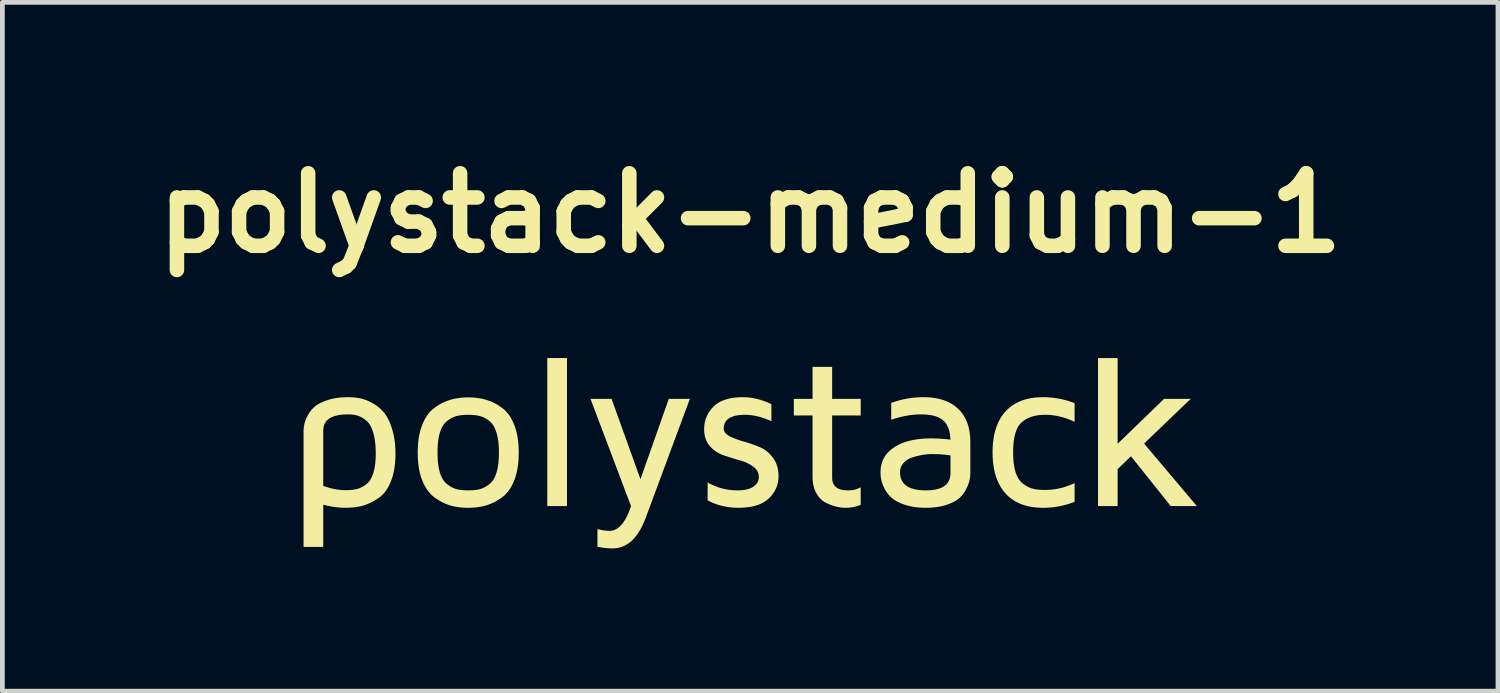
<source format=kicad_pcb>
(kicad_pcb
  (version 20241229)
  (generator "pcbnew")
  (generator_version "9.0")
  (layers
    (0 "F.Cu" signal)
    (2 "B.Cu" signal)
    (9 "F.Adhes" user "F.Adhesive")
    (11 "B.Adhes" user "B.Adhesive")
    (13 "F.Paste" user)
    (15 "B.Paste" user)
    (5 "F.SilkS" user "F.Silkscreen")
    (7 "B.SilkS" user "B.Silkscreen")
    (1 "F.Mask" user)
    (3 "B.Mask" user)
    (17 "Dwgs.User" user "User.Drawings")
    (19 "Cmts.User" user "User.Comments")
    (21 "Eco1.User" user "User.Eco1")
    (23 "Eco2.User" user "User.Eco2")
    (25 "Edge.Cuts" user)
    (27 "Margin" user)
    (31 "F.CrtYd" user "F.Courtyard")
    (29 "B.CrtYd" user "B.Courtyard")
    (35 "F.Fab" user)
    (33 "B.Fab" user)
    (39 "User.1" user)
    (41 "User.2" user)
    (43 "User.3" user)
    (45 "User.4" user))
  (footprint "polystack-medium-1"
    (layer "F.Cu")
    (at 12.715 6.474)
    (property "Reference" "polystack-medium-1" (at 0 -5.048 0) (layer "F.SilkS") (effects (font (size 1.524 1.524) (thickness 0.305))))
    (attr smd)
    (fp_poly (pts (xy -4.264 1.111) (xy -4.264 -2) (xy -3.85 -2) (xy -3.85 1.111) (xy -4.264 1.111)) (stroke (width 0) (type solid)) (fill yes) (layer "F.SilkS"))
    (fp_poly (pts (xy 7.309 1.111) (xy 7.309 -2) (xy 7.721 -2) (xy 7.721 -0.198) (xy 8.696 -1.142) (xy 9.256 -1.142) (xy 8.277 -0.203) (xy 9.386 1.111) (xy 8.837 1.111) (xy 8.001 0.064) (xy 7.721 0.335) (xy 7.721 1.111) (xy 7.309 1.111)) (stroke (width 0) (type solid)) (fill yes) (layer "F.SilkS"))
    (fp_poly (pts (xy 0.917 -0.794) (xy 0.917 -1.142) (xy 1.31 -1.142) (xy 1.31 -1.815) (xy 1.722 -1.815) (xy 1.722 -1.142) (xy 2.322 -1.142) (xy 2.322 -0.794) (xy 1.722 -0.794) (xy 1.722 0.516) (xy 1.723 0.539) (xy 1.725 0.562) (xy 1.728 0.583) (xy 1.733 0.603) (xy 1.739 0.623) (xy 1.747 0.641) (xy 1.756 0.658) (xy 1.766 0.673) (xy 1.778 0.688) (xy 1.791 0.702) (xy 1.805 0.714) (xy 1.821 0.726) (xy 1.838 0.736) (xy 1.857 0.746) (xy 1.877 0.754) (xy 1.898 0.761) (xy 1.921 0.767) (xy 1.945 0.772) (xy 1.97 0.776) (xy 1.997 0.778) (xy 2.025 0.78) (xy 2.055 0.781) (xy 2.059 0.781) (xy 2.09 0.78) (xy 2.119 0.778) (xy 2.148 0.775) (xy 2.175 0.77) (xy 2.202 0.764) (xy 2.228 0.757) (xy 2.253 0.748) (xy 2.277 0.738) (xy 2.3 0.727) (xy 2.322 0.714) (xy 2.322 1.085) (xy 2.296 1.095) (xy 2.27 1.104) (xy 2.245 1.112) (xy 2.219 1.119) (xy 2.193 1.126) (xy 2.167 1.131) (xy 2.142 1.136) (xy 2.116 1.14) (xy 2.09 1.143) (xy 2.064 1.145) (xy 2.039 1.146) (xy 2.013 1.147) (xy 2.002 1.147) (xy 1.978 1.146) (xy 1.954 1.145) (xy 1.93 1.143) (xy 1.905 1.14) (xy 1.88 1.136) (xy 1.854 1.132) (xy 1.828 1.127) (xy 1.807 1.122) (xy 1.785 1.116) (xy 1.762 1.109) (xy 1.738 1.102) (xy 1.713 1.093) (xy 1.688 1.084) (xy 1.661 1.073) (xy 1.634 1.062) (xy 1.605 1.049) (xy 1.582 1.038) (xy 1.56 1.025) (xy 1.539 1.011) (xy 1.518 0.995) (xy 1.498 0.978) (xy 1.479 0.96) (xy 1.46 0.94) (xy 1.442 0.919) (xy 1.425 0.896) (xy 1.409 0.872) (xy 1.393 0.847) (xy 1.382 0.825) (xy 1.371 0.804) (xy 1.361 0.781) (xy 1.352 0.758) (xy 1.344 0.734) (xy 1.337 0.709) (xy 1.331 0.684) (xy 1.325 0.658) (xy 1.32 0.631) (xy 1.317 0.604) (xy 1.314 0.576) (xy 1.311 0.547) (xy 1.31 0.517) (xy 1.31 0.487) (xy 1.31 -0.794) (xy 0.917 -0.794) (xy 0.917 -0.794)) (stroke (width 0) (type solid)) (fill yes) (layer "F.SilkS"))
    (fp_poly (pts (xy -3.356 -1.142) (xy -2.913 -1.142) (xy -2.306 0.547) (xy -1.711 -1.142) (xy -1.268 -1.142) (xy -2.194 1.352) (xy -2.206 1.383) (xy -2.218 1.413) (xy -2.23 1.443) (xy -2.243 1.472) (xy -2.256 1.5) (xy -2.269 1.527) (xy -2.282 1.554) (xy -2.296 1.58) (xy -2.31 1.605) (xy -2.324 1.629) (xy -2.339 1.653) (xy -2.353 1.675) (xy -2.368 1.697) (xy -2.383 1.719) (xy -2.399 1.739) (xy -2.415 1.759) (xy -2.431 1.778) (xy -2.447 1.796) (xy -2.463 1.813) (xy -2.48 1.83) (xy -2.497 1.846) (xy -2.515 1.861) (xy -2.532 1.875) (xy -2.55 1.888) (xy -2.568 1.901) (xy -2.586 1.913) (xy -2.605 1.924) (xy -2.624 1.935) (xy -2.643 1.944) (xy -2.662 1.953) (xy -2.682 1.961) (xy -2.702 1.969) (xy -2.722 1.975) (xy -2.743 1.981) (xy -2.763 1.986) (xy -2.784 1.99) (xy -2.805 1.994) (xy -2.827 1.996) (xy -2.849 1.998) (xy -2.871 1.999) (xy -2.893 2) (xy -2.895 2) (xy -2.92 2) (xy -2.945 1.999) (xy -2.971 1.998) (xy -2.997 1.996) (xy -3.023 1.994) (xy -3.049 1.991) (xy -3.075 1.988) (xy -3.102 1.984) (xy -3.129 1.98) (xy -3.156 1.975) (xy -3.183 1.97) (xy -3.21 1.965) (xy -3.21 1.594) (xy -3.184 1.601) (xy -3.157 1.607) (xy -3.131 1.612) (xy -3.105 1.617) (xy -3.08 1.621) (xy -3.054 1.625) (xy -3.03 1.627) (xy -3.005 1.629) (xy -2.981 1.631) (xy -2.957 1.632) (xy -2.938 1.631) (xy -2.92 1.629) (xy -2.902 1.626) (xy -2.884 1.622) (xy -2.866 1.617) (xy -2.849 1.611) (xy -2.832 1.603) (xy -2.815 1.595) (xy -2.798 1.585) (xy -2.782 1.574) (xy -2.766 1.562) (xy -2.75 1.548) (xy -2.734 1.534) (xy -2.719 1.518) (xy -2.704 1.502) (xy -2.689 1.484) (xy -2.674 1.465) (xy -2.66 1.444) (xy -2.645 1.423) (xy -2.631 1.4) (xy -2.618 1.377) (xy -2.604 1.352) (xy -2.591 1.326) (xy -2.578 1.299) (xy -2.565 1.27) (xy -2.552 1.241) (xy -2.54 1.21) (xy -2.528 1.178) (xy -2.516 1.145) (xy -2.505 1.111) (xy -3.356 -1.142) (xy -3.356 -1.142)) (stroke (width 0) (type solid)) (fill yes) (layer "F.SilkS"))
    (fp_poly (pts (xy 5.367 0.847) (xy 5.351 0.829) (xy 5.336 0.812) (xy 5.322 0.793) (xy 5.308 0.775) (xy 5.294 0.756) (xy 5.281 0.736) (xy 5.268 0.716) (xy 5.256 0.696) (xy 5.244 0.675) (xy 5.233 0.654) (xy 5.222 0.632) (xy 5.211 0.61) (xy 5.201 0.587) (xy 5.192 0.564) (xy 5.183 0.541) (xy 5.174 0.517) (xy 5.166 0.493) (xy 5.158 0.468) (xy 5.15 0.443) (xy 5.143 0.418) (xy 5.137 0.392) (xy 5.131 0.365) (xy 5.125 0.338) (xy 5.12 0.311) (xy 5.116 0.283) (xy 5.111 0.255) (xy 5.108 0.227) (xy 5.104 0.198) (xy 5.101 0.168) (xy 5.099 0.138) (xy 5.097 0.108) (xy 5.095 0.077) (xy 5.094 0.046) (xy 5.093 0.014) (xy 5.093 -0.018) (xy 5.093 -0.05) (xy 5.094 -0.081) (xy 5.095 -0.112) (xy 5.097 -0.143) (xy 5.099 -0.173) (xy 5.101 -0.203) (xy 5.104 -0.233) (xy 5.108 -0.262) (xy 5.111 -0.29) (xy 5.116 -0.318) (xy 5.12 -0.346) (xy 5.125 -0.373) (xy 5.131 -0.4) (xy 5.137 -0.427) (xy 5.143 -0.452) (xy 5.15 -0.478) (xy 5.158 -0.503) (xy 5.166 -0.528) (xy 5.174 -0.552) (xy 5.183 -0.576) (xy 5.192 -0.599) (xy 5.201 -0.622) (xy 5.211 -0.644) (xy 5.222 -0.666) (xy 5.233 -0.688) (xy 5.244 -0.709) (xy 5.256 -0.73) (xy 5.268 -0.75) (xy 5.281 -0.77) (xy 5.294 -0.789) (xy 5.308 -0.808) (xy 5.322 -0.827) (xy 5.336 -0.845) (xy 5.351 -0.863) (xy 5.367 -0.88) (xy 5.383 -0.898) (xy 5.401 -0.915) (xy 5.418 -0.931) (xy 5.436 -0.948) (xy 5.455 -0.963) (xy 5.474 -0.978) (xy 5.493 -0.993) (xy 5.513 -1.007) (xy 5.534 -1.02) (xy 5.554 -1.033) (xy 5.576 -1.045) (xy 5.597 -1.057) (xy 5.619 -1.068) (xy 5.642 -1.079) (xy 5.665 -1.089) (xy 5.688 -1.098) (xy 5.712 -1.107) (xy 5.736 -1.116) (xy 5.761 -1.124) (xy 5.786 -1.131) (xy 5.812 -1.138) (xy 5.838 -1.144) (xy 5.864 -1.15) (xy 5.891 -1.155) (xy 5.919 -1.16) (xy 5.947 -1.164) (xy 5.975 -1.168) (xy 6.004 -1.171) (xy 6.033 -1.173) (xy 6.062 -1.175) (xy 6.092 -1.176) (xy 6.123 -1.177) (xy 6.154 -1.177) (xy 6.181 -1.177) (xy 6.209 -1.177) (xy 6.236 -1.176) (xy 6.263 -1.174) (xy 6.29 -1.172) (xy 6.317 -1.17) (xy 6.344 -1.168) (xy 6.371 -1.165) (xy 6.398 -1.161) (xy 6.425 -1.157) (xy 6.452 -1.153) (xy 6.478 -1.148) (xy 6.505 -1.143) (xy 6.531 -1.138) (xy 6.558 -1.132) (xy 6.584 -1.126) (xy 6.61 -1.119) (xy 6.636 -1.112) (xy 6.663 -1.105) (xy 6.689 -1.097) (xy 6.715 -1.089) (xy 6.74 -1.08) (xy 6.766 -1.071) (xy 6.792 -1.062) (xy 6.817 -1.052) (xy 6.817 -0.659) (xy 6.792 -0.671) (xy 6.766 -0.683) (xy 6.741 -0.694) (xy 6.715 -0.704) (xy 6.689 -0.714) (xy 6.664 -0.724) (xy 6.638 -0.733) (xy 6.612 -0.741) (xy 6.587 -0.749) (xy 6.561 -0.757) (xy 6.535 -0.764) (xy 6.509 -0.77) (xy 6.483 -0.776) (xy 6.458 -0.781) (xy 6.432 -0.786) (xy 6.406 -0.791) (xy 6.38 -0.794) (xy 6.354 -0.798) (xy 6.328 -0.801) (xy 6.302 -0.803) (xy 6.276 -0.805) (xy 6.25 -0.806) (xy 6.224 -0.807) (xy 6.198 -0.807) (xy 6.189 -0.807) (xy 6.158 -0.807) (xy 6.128 -0.805) (xy 6.099 -0.803) (xy 6.07 -0.801) (xy 6.042 -0.797) (xy 6.015 -0.792) (xy 5.988 -0.787) (xy 5.962 -0.781) (xy 5.936 -0.774) (xy 5.912 -0.767) (xy 5.888 -0.758) (xy 5.864 -0.749) (xy 5.842 -0.739) (xy 5.82 -0.728) (xy 5.798 -0.716) (xy 5.778 -0.704) (xy 5.758 -0.691) (xy 5.738 -0.677) (xy 5.72 -0.662) (xy 5.702 -0.646) (xy 5.688 -0.633) (xy 5.676 -0.62) (xy 5.663 -0.605) (xy 5.652 -0.59) (xy 5.64 -0.573) (xy 5.63 -0.556) (xy 5.62 -0.538) (xy 5.61 -0.519) (xy 5.601 -0.499) (xy 5.592 -0.478) (xy 5.584 -0.456) (xy 5.577 -0.433) (xy 5.569 -0.41) (xy 5.563 -0.385) (xy 5.557 -0.359) (xy 5.551 -0.333) (xy 5.547 -0.306) (xy 5.542 -0.277) (xy 5.538 -0.248) (xy 5.535 -0.218) (xy 5.532 -0.187) (xy 5.53 -0.155) (xy 5.528 -0.122) (xy 5.526 -0.088) (xy 5.526 -0.053) (xy 5.525 -0.018) (xy 5.526 0.015) (xy 5.526 0.047) (xy 5.527 0.079) (xy 5.529 0.109) (xy 5.531 0.139) (xy 5.533 0.168) (xy 5.536 0.197) (xy 5.54 0.224) (xy 5.544 0.251) (xy 5.548 0.277) (xy 5.553 0.303) (xy 5.558 0.327) (xy 5.563 0.351) (xy 5.57 0.374) (xy 5.576 0.397) (xy 5.586 0.426) (xy 5.597 0.453) (xy 5.609 0.48) (xy 5.621 0.504) (xy 5.634 0.528) (xy 5.648 0.55) (xy 5.663 0.571) (xy 5.679 0.59) (xy 5.695 0.608) (xy 5.712 0.624) (xy 5.73 0.639) (xy 5.753 0.656) (xy 5.776 0.672) (xy 5.8 0.686) (xy 5.823 0.7) (xy 5.846 0.711) (xy 5.869 0.722) (xy 5.892 0.731) (xy 5.915 0.739) (xy 5.938 0.745) (xy 5.959 0.75) (xy 5.982 0.755) (xy 6.005 0.759) (xy 6.029 0.762) (xy 6.053 0.765) (xy 6.079 0.767) (xy 6.105 0.769) (xy 6.132 0.771) (xy 6.16 0.771) (xy 6.189 0.772) (xy 6.216 0.771) (xy 6.243 0.771) (xy 6.27 0.769) (xy 6.297 0.768) (xy 6.323 0.766) (xy 6.35 0.763) (xy 6.376 0.76) (xy 6.403 0.756) (xy 6.429 0.752) (xy 6.456 0.747) (xy 6.482 0.742) (xy 6.508 0.736) (xy 6.534 0.73) (xy 6.56 0.723) (xy 6.586 0.716) (xy 6.612 0.708) (xy 6.638 0.7) (xy 6.664 0.691) (xy 6.69 0.682) (xy 6.715 0.672) (xy 6.741 0.662) (xy 6.767 0.651) (xy 6.792 0.64) (xy 6.817 0.628) (xy 6.817 1.021) (xy 6.792 1.031) (xy 6.766 1.04) (xy 6.74 1.049) (xy 6.715 1.058) (xy 6.689 1.066) (xy 6.663 1.074) (xy 6.636 1.081) (xy 6.61 1.088) (xy 6.584 1.095) (xy 6.558 1.101) (xy 6.531 1.107) (xy 6.505 1.113) (xy 6.478 1.118) (xy 6.452 1.122) (xy 6.425 1.126) (xy 6.398 1.13) (xy 6.371 1.134) (xy 6.344 1.137) (xy 6.317 1.139) (xy 6.29 1.142) (xy 6.263 1.143) (xy 6.236 1.145) (xy 6.209 1.146) (xy 6.181 1.146) (xy 6.154 1.147) (xy 6.123 1.146) (xy 6.092 1.145) (xy 6.062 1.144) (xy 6.033 1.142) (xy 6.004 1.14) (xy 5.975 1.137) (xy 5.947 1.133) (xy 5.919 1.129) (xy 5.891 1.124) (xy 5.864 1.119) (xy 5.838 1.113) (xy 5.812 1.107) (xy 5.786 1.1) (xy 5.761 1.093) (xy 5.736 1.085) (xy 5.712 1.076) (xy 5.688 1.067) (xy 5.665 1.057) (xy 5.642 1.047) (xy 5.619 1.036) (xy 5.597 1.025) (xy 5.576 1.013) (xy 5.554 1.001) (xy 5.534 0.988) (xy 5.513 0.974) (xy 5.493 0.96) (xy 5.474 0.946) (xy 5.455 0.931) (xy 5.436 0.915) (xy 5.418 0.899) (xy 5.401 0.882) (xy 5.383 0.865) (xy 5.367 0.847) (xy 5.367 0.847)) (stroke (width 0) (type solid)) (fill yes) (layer "F.SilkS"))
    (fp_poly (pts (xy -9.386 1.969) (xy -9.386 -0.452) (xy -8.815 -0.747) (xy -8.833 -0.737) (xy -8.85 -0.726) (xy -8.865 -0.714) (xy -8.88 -0.702) (xy -8.894 -0.689) (xy -8.906 -0.675) (xy -8.917 -0.661) (xy -8.928 -0.646) (xy -8.937 -0.63) (xy -8.945 -0.614) (xy -8.952 -0.596) (xy -8.958 -0.579) (xy -8.963 -0.56) (xy -8.967 -0.541) (xy -8.969 -0.521) (xy -8.971 -0.5) (xy -8.972 -0.478) (xy -8.972 0.686) (xy -8.972 0.686) (xy -8.946 0.695) (xy -8.92 0.705) (xy -8.893 0.713) (xy -8.867 0.721) (xy -8.841 0.729) (xy -8.815 0.736) (xy -8.788 0.742) (xy -8.762 0.748) (xy -8.735 0.753) (xy -8.708 0.758) (xy -8.682 0.762) (xy -8.655 0.766) (xy -8.628 0.769) (xy -8.601 0.772) (xy -8.574 0.774) (xy -8.547 0.775) (xy -8.52 0.776) (xy -8.493 0.776) (xy -8.463 0.776) (xy -8.433 0.775) (xy -8.405 0.773) (xy -8.378 0.771) (xy -8.352 0.768) (xy -8.327 0.764) (xy -8.302 0.76) (xy -8.279 0.755) (xy -8.257 0.75) (xy -8.232 0.742) (xy -8.208 0.733) (xy -8.183 0.723) (xy -8.159 0.711) (xy -8.135 0.698) (xy -8.111 0.683) (xy -8.087 0.666) (xy -8.063 0.648) (xy -8.046 0.634) (xy -8.03 0.618) (xy -8.015 0.601) (xy -8 0.583) (xy -7.987 0.563) (xy -7.974 0.541) (xy -7.961 0.519) (xy -7.95 0.495) (xy -7.939 0.469) (xy -7.929 0.443) (xy -7.92 0.414) (xy -7.913 0.393) (xy -7.907 0.37) (xy -7.902 0.347) (xy -7.896 0.323) (xy -7.892 0.298) (xy -7.887 0.272) (xy -7.884 0.246) (xy -7.88 0.219) (xy -7.877 0.191) (xy -7.875 0.163) (xy -7.873 0.133) (xy -7.871 0.103) (xy -7.87 0.072) (xy -7.869 0.041) (xy -7.869 0.009) (xy -7.869 -0.024) (xy -7.87 -0.055) (xy -7.871 -0.086) (xy -7.872 -0.117) (xy -7.874 -0.146) (xy -7.876 -0.175) (xy -7.879 -0.204) (xy -7.882 -0.231) (xy -7.885 -0.258) (xy -7.889 -0.284) (xy -7.893 -0.309) (xy -7.898 -0.334) (xy -7.903 -0.358) (xy -7.908 -0.381) (xy -7.914 -0.404) (xy -7.92 -0.426) (xy -7.929 -0.457) (xy -7.939 -0.486) (xy -7.95 -0.514) (xy -7.961 -0.54) (xy -7.973 -0.564) (xy -7.986 -0.587) (xy -7.999 -0.609) (xy -8.014 -0.629) (xy -8.029 -0.647) (xy -8.044 -0.664) (xy -8.061 -0.679) (xy -8.084 -0.698) (xy -8.107 -0.716) (xy -8.13 -0.732) (xy -8.153 -0.746) (xy -8.176 -0.759) (xy -8.199 -0.77) (xy -8.221 -0.779) (xy -8.244 -0.787) (xy -8.267 -0.794) (xy -8.291 -0.8) (xy -8.315 -0.805) (xy -8.341 -0.809) (xy -8.367 -0.812) (xy -8.394 -0.814) (xy -8.422 -0.815) (xy -8.451 -0.816) (xy -8.484 -0.815) (xy -8.516 -0.814) (xy -8.547 -0.813) (xy -8.577 -0.81) (xy -8.606 -0.807) (xy -8.633 -0.803) (xy -8.66 -0.799) (xy -8.685 -0.793) (xy -8.71 -0.787) (xy -8.733 -0.781) (xy -8.755 -0.773) (xy -8.776 -0.765) (xy -8.796 -0.757) (xy -8.815 -0.747) (xy -9.386 -0.452) (xy -9.386 -0.476) (xy -9.385 -0.5) (xy -9.383 -0.524) (xy -9.38 -0.548) (xy -9.377 -0.572) (xy -9.373 -0.595) (xy -9.368 -0.617) (xy -9.362 -0.64) (xy -9.354 -0.665) (xy -9.345 -0.691) (xy -9.334 -0.718) (xy -9.321 -0.748) (xy -9.307 -0.778) (xy -9.294 -0.802) (xy -9.28 -0.826) (xy -9.266 -0.849) (xy -9.25 -0.871) (xy -9.234 -0.893) (xy -9.217 -0.914) (xy -9.198 -0.934) (xy -9.179 -0.953) (xy -9.159 -0.972) (xy -9.143 -0.986) (xy -9.126 -1) (xy -9.107 -1.013) (xy -9.087 -1.026) (xy -9.066 -1.038) (xy -9.043 -1.05) (xy -9.019 -1.062) (xy -8.994 -1.073) (xy -8.968 -1.084) (xy -8.94 -1.095) (xy -8.911 -1.106) (xy -8.881 -1.116) (xy -8.858 -1.123) (xy -8.834 -1.13) (xy -8.81 -1.137) (xy -8.785 -1.143) (xy -8.76 -1.148) (xy -8.734 -1.153) (xy -8.708 -1.158) (xy -8.681 -1.162) (xy -8.654 -1.166) (xy -8.626 -1.169) (xy -8.598 -1.171) (xy -8.57 -1.174) (xy -8.541 -1.175) (xy -8.511 -1.176) (xy -8.482 -1.177) (xy -8.451 -1.177) (xy -8.423 -1.177) (xy -8.396 -1.176) (xy -8.368 -1.175) (xy -8.341 -1.173) (xy -8.314 -1.171) (xy -8.287 -1.168) (xy -8.26 -1.164) (xy -8.233 -1.16) (xy -8.206 -1.155) (xy -8.184 -1.151) (xy -8.162 -1.146) (xy -8.139 -1.139) (xy -8.116 -1.132) (xy -8.092 -1.124) (xy -8.068 -1.115) (xy -8.044 -1.105) (xy -8.02 -1.094) (xy -7.995 -1.082) (xy -7.97 -1.07) (xy -7.944 -1.056) (xy -7.921 -1.043) (xy -7.897 -1.029) (xy -7.875 -1.015) (xy -7.853 -1) (xy -7.832 -0.984) (xy -7.811 -0.967) (xy -7.79 -0.95) (xy -7.771 -0.933) (xy -7.751 -0.914) (xy -7.733 -0.895) (xy -7.715 -0.876) (xy -7.697 -0.856) (xy -7.684 -0.839) (xy -7.67 -0.821) (xy -7.657 -0.802) (xy -7.644 -0.782) (xy -7.632 -0.762) (xy -7.62 -0.741) (xy -7.608 -0.718) (xy -7.597 -0.695) (xy -7.586 -0.671) (xy -7.575 -0.646) (xy -7.564 -0.62) (xy -7.554 -0.593) (xy -7.544 -0.565) (xy -7.534 -0.537) (xy -7.525 -0.507) (xy -7.518 -0.484) (xy -7.511 -0.46) (xy -7.505 -0.435) (xy -7.499 -0.41) (xy -7.493 -0.385) (xy -7.488 -0.359) (xy -7.483 -0.334) (xy -7.478 -0.307) (xy -7.474 -0.28) (xy -7.47 -0.253) (xy -7.467 -0.226) (xy -7.464 -0.198) (xy -7.462 -0.169) (xy -7.46 -0.141) (xy -7.458 -0.112) (xy -7.456 -0.082) (xy -7.455 -0.052) (xy -7.455 -0.022) (xy -7.455 0.009) (xy -7.455 0.04) (xy -7.455 0.072) (xy -7.457 0.103) (xy -7.458 0.133) (xy -7.46 0.163) (xy -7.462 0.192) (xy -7.465 0.221) (xy -7.468 0.25) (xy -7.472 0.278) (xy -7.476 0.306) (xy -7.48 0.333) (xy -7.485 0.36) (xy -7.49 0.387) (xy -7.496 0.412) (xy -7.502 0.438) (xy -7.508 0.463) (xy -7.515 0.488) (xy -7.523 0.512) (xy -7.53 0.536) (xy -7.539 0.559) (xy -7.547 0.582) (xy -7.559 0.611) (xy -7.571 0.639) (xy -7.584 0.666) (xy -7.597 0.692) (xy -7.611 0.718) (xy -7.625 0.742) (xy -7.64 0.765) (xy -7.655 0.788) (xy -7.671 0.809) (xy -7.688 0.83) (xy -7.705 0.849) (xy -7.723 0.868) (xy -7.741 0.885) (xy -7.759 0.902) (xy -7.779 0.918) (xy -7.799 0.933) (xy -7.822 0.949) (xy -7.845 0.964) (xy -7.868 0.979) (xy -7.891 0.993) (xy -7.914 1.006) (xy -7.938 1.019) (xy -7.961 1.031) (xy -7.985 1.043) (xy -8.008 1.054) (xy -8.032 1.064) (xy -8.056 1.073) (xy -8.079 1.082) (xy -8.103 1.09) (xy -8.127 1.098) (xy -8.151 1.105) (xy -8.175 1.111) (xy -8.2 1.117) (xy -8.224 1.122) (xy -8.25 1.126) (xy -8.275 1.131) (xy -8.301 1.134) (xy -8.328 1.138) (xy -8.354 1.14) (xy -8.381 1.142) (xy -8.409 1.144) (xy -8.437 1.145) (xy -8.465 1.146) (xy -8.493 1.146) (xy -8.521 1.146) (xy -8.548 1.146) (xy -8.576 1.145) (xy -8.603 1.143) (xy -8.63 1.141) (xy -8.657 1.139) (xy -8.684 1.136) (xy -8.711 1.133) (xy -8.737 1.13) (xy -8.764 1.126) (xy -8.79 1.122) (xy -8.817 1.117) (xy -8.843 1.112) (xy -8.869 1.106) (xy -8.895 1.101) (xy -8.92 1.094) (xy -8.946 1.087) (xy -8.972 1.08) (xy -8.972 1.969) (xy -9.386 1.969) (xy -9.386 1.969)) (stroke (width 0) (type solid)) (fill yes) (layer "F.SilkS"))
    (fp_poly (pts (xy -0.968 -0.505) (xy -0.967 -0.533) (xy -0.966 -0.56) (xy -0.963 -0.587) (xy -0.96 -0.614) (xy -0.956 -0.64) (xy -0.95 -0.665) (xy -0.944 -0.691) (xy -0.936 -0.716) (xy -0.928 -0.74) (xy -0.918 -0.764) (xy -0.908 -0.788) (xy -0.896 -0.811) (xy -0.884 -0.834) (xy -0.871 -0.856) (xy -0.856 -0.878) (xy -0.841 -0.899) (xy -0.825 -0.92) (xy -0.807 -0.941) (xy -0.789 -0.961) (xy -0.769 -0.981) (xy -0.753 -0.997) (xy -0.736 -1.011) (xy -0.718 -1.025) (xy -0.7 -1.039) (xy -0.681 -1.052) (xy -0.661 -1.064) (xy -0.641 -1.076) (xy -0.62 -1.087) (xy -0.598 -1.097) (xy -0.575 -1.107) (xy -0.552 -1.116) (xy -0.529 -1.124) (xy -0.504 -1.132) (xy -0.479 -1.139) (xy -0.453 -1.146) (xy -0.427 -1.152) (xy -0.4 -1.157) (xy -0.372 -1.162) (xy -0.344 -1.166) (xy -0.314 -1.17) (xy -0.285 -1.172) (xy -0.254 -1.175) (xy -0.223 -1.176) (xy -0.191 -1.177) (xy -0.159 -1.177) (xy -0.132 -1.177) (xy -0.106 -1.176) (xy -0.079 -1.175) (xy -0.052 -1.173) (xy -0.026 -1.17) (xy 0.001 -1.167) (xy 0.027 -1.164) (xy 0.053 -1.16) (xy 0.08 -1.155) (xy 0.106 -1.149) (xy 0.132 -1.144) (xy 0.159 -1.137) (xy 0.185 -1.13) (xy 0.211 -1.123) (xy 0.237 -1.115) (xy 0.263 -1.106) (xy 0.289 -1.097) (xy 0.316 -1.087) (xy 0.342 -1.077) (xy 0.368 -1.066) (xy 0.394 -1.054) (xy 0.419 -1.042) (xy 0.445 -1.03) (xy 0.445 -0.673) (xy 0.418 -0.685) (xy 0.39 -0.697) (xy 0.362 -0.708) (xy 0.335 -0.719) (xy 0.308 -0.729) (xy 0.281 -0.738) (xy 0.254 -0.747) (xy 0.227 -0.755) (xy 0.2 -0.763) (xy 0.174 -0.77) (xy 0.147 -0.776) (xy 0.121 -0.782) (xy 0.095 -0.787) (xy 0.069 -0.792) (xy 0.043 -0.796) (xy 0.018 -0.799) (xy -0.008 -0.802) (xy -0.033 -0.804) (xy -0.058 -0.806) (xy -0.083 -0.807) (xy -0.108 -0.807) (xy -0.141 -0.807) (xy -0.172 -0.805) (xy -0.202 -0.803) (xy -0.231 -0.801) (xy -0.258 -0.797) (xy -0.285 -0.793) (xy -0.31 -0.788) (xy -0.334 -0.782) (xy -0.357 -0.775) (xy -0.378 -0.767) (xy -0.398 -0.759) (xy -0.417 -0.75) (xy -0.435 -0.74) (xy -0.452 -0.729) (xy -0.467 -0.718) (xy -0.481 -0.706) (xy -0.494 -0.692) (xy -0.506 -0.679) (xy -0.516 -0.664) (xy -0.526 -0.649) (xy -0.534 -0.632) (xy -0.54 -0.615) (xy -0.546 -0.597) (xy -0.55 -0.579) (xy -0.553 -0.559) (xy -0.555 -0.539) (xy -0.556 -0.518) (xy -0.554 -0.497) (xy -0.55 -0.478) (xy -0.542 -0.458) (xy -0.532 -0.44) (xy -0.519 -0.422) (xy -0.503 -0.405) (xy -0.484 -0.389) (xy -0.462 -0.374) (xy -0.437 -0.359) (xy -0.415 -0.348) (xy -0.392 -0.337) (xy -0.368 -0.327) (xy -0.344 -0.316) (xy -0.318 -0.306) (xy -0.292 -0.296) (xy -0.265 -0.286) (xy -0.238 -0.277) (xy -0.209 -0.267) (xy -0.18 -0.258) (xy -0.15 -0.249) (xy -0.124 -0.242) (xy -0.098 -0.234) (xy -0.073 -0.227) (xy -0.047 -0.219) (xy -0.021 -0.21) (xy 0.005 -0.202) (xy 0.031 -0.193) (xy 0.056 -0.184) (xy 0.082 -0.174) (xy 0.108 -0.165) (xy 0.134 -0.155) (xy 0.159 -0.145) (xy 0.185 -0.134) (xy 0.209 -0.125) (xy 0.233 -0.114) (xy 0.256 -0.102) (xy 0.278 -0.089) (xy 0.3 -0.075) (xy 0.321 -0.061) (xy 0.342 -0.045) (xy 0.363 -0.029) (xy 0.383 -0.011) (xy 0.402 0.007) (xy 0.421 0.027) (xy 0.439 0.047) (xy 0.457 0.068) (xy 0.474 0.09) (xy 0.489 0.111) (xy 0.502 0.131) (xy 0.515 0.153) (xy 0.527 0.174) (xy 0.538 0.197) (xy 0.548 0.22) (xy 0.557 0.244) (xy 0.565 0.268) (xy 0.572 0.293) (xy 0.578 0.318) (xy 0.583 0.344) (xy 0.588 0.371) (xy 0.591 0.398) (xy 0.593 0.426) (xy 0.595 0.454) (xy 0.595 0.483) (xy 0.595 0.51) (xy 0.593 0.536) (xy 0.591 0.563) (xy 0.587 0.588) (xy 0.582 0.614) (xy 0.577 0.639) (xy 0.57 0.664) (xy 0.563 0.688) (xy 0.554 0.712) (xy 0.544 0.735) (xy 0.533 0.758) (xy 0.521 0.781) (xy 0.509 0.804) (xy 0.495 0.826) (xy 0.48 0.847) (xy 0.464 0.869) (xy 0.447 0.89) (xy 0.429 0.91) (xy 0.41 0.93) (xy 0.39 0.95) (xy 0.374 0.965) (xy 0.357 0.979) (xy 0.34 0.993) (xy 0.322 1.006) (xy 0.303 1.019) (xy 0.284 1.03) (xy 0.264 1.042) (xy 0.243 1.052) (xy 0.221 1.063) (xy 0.199 1.072) (xy 0.176 1.081) (xy 0.153 1.09) (xy 0.129 1.097) (xy 0.104 1.105) (xy 0.079 1.111) (xy 0.053 1.117) (xy 0.026 1.123) (xy -0.001 1.128) (xy -0.03 1.132) (xy -0.058 1.136) (xy -0.088 1.139) (xy -0.118 1.142) (xy -0.149 1.144) (xy -0.18 1.145) (xy -0.212 1.146) (xy -0.245 1.147) (xy -0.274 1.146) (xy -0.302 1.146) (xy -0.33 1.144) (xy -0.359 1.143) (xy -0.386 1.14) (xy -0.414 1.137) (xy -0.442 1.134) (xy -0.469 1.13) (xy -0.496 1.126) (xy -0.522 1.121) (xy -0.549 1.116) (xy -0.575 1.11) (xy -0.601 1.104) (xy -0.627 1.097) (xy -0.652 1.09) (xy -0.678 1.082) (xy -0.703 1.074) (xy -0.728 1.065) (xy -0.752 1.056) (xy -0.777 1.046) (xy -0.801 1.036) (xy -0.825 1.025) (xy -0.848 1.014) (xy -0.872 1.002) (xy -0.895 0.99) (xy -0.895 0.615) (xy -0.871 0.629) (xy -0.846 0.642) (xy -0.821 0.654) (xy -0.796 0.666) (xy -0.771 0.677) (xy -0.746 0.687) (xy -0.721 0.698) (xy -0.696 0.707) (xy -0.67 0.716) (xy -0.644 0.724) (xy -0.618 0.732) (xy -0.593 0.739) (xy -0.566 0.746) (xy -0.54 0.752) (xy -0.514 0.757) (xy -0.488 0.762) (xy -0.461 0.766) (xy -0.434 0.77) (xy -0.407 0.773) (xy -0.38 0.776) (xy -0.353 0.778) (xy -0.326 0.779) (xy -0.299 0.78) (xy -0.271 0.781) (xy -0.262 0.781) (xy -0.23 0.78) (xy -0.198 0.779) (xy -0.168 0.776) (xy -0.139 0.773) (xy -0.111 0.769) (xy -0.085 0.764) (xy -0.06 0.758) (xy -0.036 0.751) (xy -0.013 0.744) (xy 0.009 0.735) (xy 0.029 0.725) (xy 0.048 0.715) (xy 0.066 0.703) (xy 0.088 0.687) (xy 0.107 0.67) (xy 0.125 0.652) (xy 0.14 0.633) (xy 0.152 0.614) (xy 0.162 0.593) (xy 0.17 0.572) (xy 0.176 0.55) (xy 0.18 0.527) (xy 0.181 0.503) (xy 0.18 0.478) (xy 0.177 0.454) (xy 0.172 0.431) (xy 0.165 0.409) (xy 0.156 0.388) (xy 0.145 0.368) (xy 0.133 0.348) (xy 0.118 0.33) (xy 0.101 0.312) (xy 0.082 0.296) (xy 0.062 0.28) (xy 0.042 0.266) (xy 0.021 0.252) (xy 0.000001 0.24) (xy -0.022 0.227) (xy -0.045 0.215) (xy -0.068 0.204) (xy -0.093 0.193) (xy -0.118 0.183) (xy -0.143 0.173) (xy -0.17 0.164) (xy -0.197 0.156) (xy -0.225 0.148) (xy -0.251 0.14) (xy -0.277 0.133) (xy -0.303 0.125) (xy -0.329 0.117) (xy -0.355 0.109) (xy -0.382 0.101) (xy -0.408 0.093) (xy -0.434 0.085) (xy -0.46 0.076) (xy -0.486 0.068) (xy -0.512 0.059) (xy -0.538 0.051) (xy -0.564 0.042) (xy -0.59 0.032) (xy -0.615 0.022) (xy -0.639 0.01) (xy -0.663 -0.002) (xy -0.686 -0.015) (xy -0.709 -0.029) (xy -0.731 -0.044) (xy -0.752 -0.06) (xy -0.773 -0.076) (xy -0.794 -0.094) (xy -0.813 -0.113) (xy -0.832 -0.132) (xy -0.851 -0.152) (xy -0.866 -0.171) (xy -0.88 -0.19) (xy -0.893 -0.21) (xy -0.905 -0.231) (xy -0.916 -0.252) (xy -0.926 -0.274) (xy -0.935 -0.297) (xy -0.942 -0.321) (xy -0.949 -0.345) (xy -0.955 -0.37) (xy -0.96 -0.395) (xy -0.963 -0.422) (xy -0.966 -0.449) (xy -0.967 -0.476) (xy -0.968 -0.505) (xy -0.968 -0.505)) (stroke (width 0) (type solid)) (fill yes) (layer "F.SilkS"))
    (fp_poly (pts (xy 2.738 0.401) (xy 3.149 0.397) (xy 3.149 0.42) (xy 3.151 0.442) (xy 3.153 0.463) (xy 3.157 0.484) (xy 3.161 0.504) (xy 3.166 0.524) (xy 3.173 0.542) (xy 3.18 0.56) (xy 3.189 0.578) (xy 3.198 0.594) (xy 3.209 0.61) (xy 3.22 0.625) (xy 3.233 0.64) (xy 3.246 0.653) (xy 3.261 0.666) (xy 3.276 0.679) (xy 3.292 0.69) (xy 3.31 0.701) (xy 3.328 0.711) (xy 3.348 0.721) (xy 3.368 0.73) (xy 3.39 0.738) (xy 3.412 0.745) (xy 3.435 0.752) (xy 3.46 0.758) (xy 3.485 0.763) (xy 3.512 0.768) (xy 3.539 0.772) (xy 3.567 0.775) (xy 3.597 0.777) (xy 3.627 0.779) (xy 3.659 0.78) (xy 3.691 0.78) (xy 3.698 0.78) (xy 3.729 0.78) (xy 3.759 0.779) (xy 3.789 0.777) (xy 3.817 0.775) (xy 3.845 0.771) (xy 3.871 0.767) (xy 3.897 0.763) (xy 3.921 0.757) (xy 3.945 0.751) (xy 3.967 0.744) (xy 3.989 0.737) (xy 4.009 0.729) (xy 4.029 0.72) (xy 4.047 0.71) (xy 4.065 0.7) (xy 4.081 0.688) (xy 4.097 0.677) (xy 4.111 0.664) (xy 4.125 0.651) (xy 4.137 0.637) (xy 4.149 0.622) (xy 4.159 0.606) (xy 4.169 0.59) (xy 4.177 0.573) (xy 4.185 0.556) (xy 4.191 0.537) (xy 4.197 0.518) (xy 4.201 0.499) (xy 4.205 0.478) (xy 4.207 0.457) (xy 4.209 0.435) (xy 4.209 0.412) (xy 4.209 0.046) (xy 4.185 0.043) (xy 4.161 0.039) (xy 4.136 0.036) (xy 4.11 0.033) (xy 4.084 0.03) (xy 4.057 0.028) (xy 4.029 0.026) (xy 4.001 0.024) (xy 3.972 0.022) (xy 3.942 0.021) (xy 3.912 0.02) (xy 3.881 0.019) (xy 3.849 0.018) (xy 3.817 0.018) (xy 3.791 0.018) (xy 3.764 0.019) (xy 3.738 0.021) (xy 3.71 0.023) (xy 3.683 0.027) (xy 3.655 0.031) (xy 3.627 0.035) (xy 3.602 0.04) (xy 3.576 0.044) (xy 3.55 0.05) (xy 3.524 0.056) (xy 3.497 0.062) (xy 3.469 0.07) (xy 3.442 0.078) (xy 3.413 0.086) (xy 3.388 0.094) (xy 3.364 0.104) (xy 3.341 0.115) (xy 3.319 0.127) (xy 3.298 0.14) (xy 3.278 0.154) (xy 3.259 0.169) (xy 3.241 0.185) (xy 3.224 0.203) (xy 3.206 0.224) (xy 3.191 0.246) (xy 3.178 0.268) (xy 3.167 0.292) (xy 3.159 0.317) (xy 3.153 0.343) (xy 3.15 0.369) (xy 3.149 0.397) (xy 3.149 0.397) (xy 2.738 0.401) (xy 2.739 0.374) (xy 2.74 0.346) (xy 2.743 0.32) (xy 2.746 0.294) (xy 2.751 0.268) (xy 2.756 0.243) (xy 2.762 0.218) (xy 2.77 0.194) (xy 2.778 0.171) (xy 2.787 0.148) (xy 2.798 0.125) (xy 2.809 0.103) (xy 2.821 0.082) (xy 2.834 0.061) (xy 2.849 0.04) (xy 2.864 0.02) (xy 2.88 0.001) (xy 2.897 -0.018) (xy 2.915 -0.037) (xy 2.934 -0.055) (xy 2.955 -0.072) (xy 2.976 -0.089) (xy 2.998 -0.105) (xy 3.021 -0.121) (xy 3.04 -0.134) (xy 3.059 -0.146) (xy 3.079 -0.157) (xy 3.1 -0.168) (xy 3.121 -0.179) (xy 3.142 -0.19) (xy 3.164 -0.199) (xy 3.186 -0.209) (xy 3.209 -0.218) (xy 3.233 -0.227) (xy 3.256 -0.235) (xy 3.281 -0.243) (xy 3.305 -0.25) (xy 3.331 -0.257) (xy 3.356 -0.263) (xy 3.383 -0.27) (xy 3.409 -0.275) (xy 3.436 -0.281) (xy 3.464 -0.285) (xy 3.492 -0.29) (xy 3.521 -0.294) (xy 3.55 -0.297) (xy 3.579 -0.301) (xy 3.609 -0.303) (xy 3.64 -0.306) (xy 3.67 -0.308) (xy 3.702 -0.309) (xy 3.734 -0.31) (xy 3.766 -0.311) (xy 3.799 -0.311) (xy 3.827 -0.311) (xy 3.855 -0.31) (xy 3.883 -0.31) (xy 3.911 -0.309) (xy 3.939 -0.308) (xy 3.966 -0.307) (xy 3.994 -0.305) (xy 4.021 -0.303) (xy 4.048 -0.301) (xy 4.075 -0.299) (xy 4.102 -0.297) (xy 4.129 -0.294) (xy 4.156 -0.291) (xy 4.183 -0.288) (xy 4.209 -0.284) (xy 4.207 -0.317) (xy 4.204 -0.349) (xy 4.2 -0.38) (xy 4.196 -0.409) (xy 4.19 -0.438) (xy 4.184 -0.465) (xy 4.176 -0.491) (xy 4.168 -0.516) (xy 4.159 -0.54) (xy 4.149 -0.563) (xy 4.137 -0.585) (xy 4.126 -0.606) (xy 4.113 -0.625) (xy 4.099 -0.644) (xy 4.084 -0.661) (xy 4.069 -0.677) (xy 4.053 -0.692) (xy 4.037 -0.705) (xy 4.021 -0.717) (xy 4.003 -0.728) (xy 3.985 -0.739) (xy 3.966 -0.749) (xy 3.945 -0.758) (xy 3.924 -0.767) (xy 3.901 -0.774) (xy 3.878 -0.782) (xy 3.853 -0.788) (xy 3.828 -0.794) (xy 3.801 -0.799) (xy 3.774 -0.803) (xy 3.745 -0.807) (xy 3.716 -0.81) (xy 3.685 -0.813) (xy 3.654 -0.814) (xy 3.621 -0.815) (xy 3.587 -0.816) (xy 3.562 -0.816) (xy 3.536 -0.815) (xy 3.51 -0.814) (xy 3.484 -0.812) (xy 3.458 -0.81) (xy 3.432 -0.808) (xy 3.405 -0.805) (xy 3.379 -0.802) (xy 3.352 -0.799) (xy 3.325 -0.795) (xy 3.298 -0.79) (xy 3.271 -0.785) (xy 3.244 -0.78) (xy 3.216 -0.774) (xy 3.189 -0.768) (xy 3.161 -0.761) (xy 3.133 -0.754) (xy 3.105 -0.747) (xy 3.077 -0.739) (xy 3.049 -0.731) (xy 3.021 -0.722) (xy 2.992 -0.713) (xy 2.963 -0.703) (xy 2.963 -1.056) (xy 2.989 -1.066) (xy 3.015 -1.075) (xy 3.041 -1.083) (xy 3.067 -1.092) (xy 3.093 -1.1) (xy 3.119 -1.107) (xy 3.146 -1.115) (xy 3.172 -1.121) (xy 3.199 -1.128) (xy 3.226 -1.134) (xy 3.253 -1.139) (xy 3.28 -1.145) (xy 3.307 -1.149) (xy 3.335 -1.154) (xy 3.362 -1.158) (xy 3.39 -1.162) (xy 3.418 -1.165) (xy 3.445 -1.168) (xy 3.473 -1.17) (xy 3.502 -1.173) (xy 3.53 -1.174) (xy 3.558 -1.176) (xy 3.587 -1.177) (xy 3.616 -1.177) (xy 3.645 -1.177) (xy 3.676 -1.177) (xy 3.706 -1.176) (xy 3.736 -1.175) (xy 3.766 -1.173) (xy 3.795 -1.171) (xy 3.824 -1.168) (xy 3.852 -1.164) (xy 3.88 -1.16) (xy 3.907 -1.155) (xy 3.934 -1.15) (xy 3.96 -1.144) (xy 3.986 -1.138) (xy 4.011 -1.131) (xy 4.036 -1.124) (xy 4.061 -1.116) (xy 4.085 -1.108) (xy 4.108 -1.099) (xy 4.131 -1.089) (xy 4.154 -1.079) (xy 4.176 -1.069) (xy 4.197 -1.057) (xy 4.218 -1.046) (xy 4.239 -1.034) (xy 4.259 -1.021) (xy 4.279 -1.007) (xy 4.298 -0.994) (xy 4.317 -0.979) (xy 4.335 -0.964) (xy 4.353 -0.949) (xy 4.37 -0.933) (xy 4.387 -0.916) (xy 4.404 -0.898) (xy 4.42 -0.88) (xy 4.436 -0.862) (xy 4.451 -0.843) (xy 4.465 -0.823) (xy 4.479 -0.803) (xy 4.492 -0.783) (xy 4.504 -0.761) (xy 4.516 -0.74) (xy 4.527 -0.718) (xy 4.538 -0.695) (xy 4.548 -0.672) (xy 4.557 -0.649) (xy 4.566 -0.625) (xy 4.574 -0.6) (xy 4.582 -0.575) (xy 4.589 -0.549) (xy 4.595 -0.523) (xy 4.601 -0.496) (xy 4.606 -0.469) (xy 4.611 -0.442) (xy 4.615 -0.413) (xy 4.618 -0.385) (xy 4.621 -0.356) (xy 4.623 -0.326) (xy 4.625 -0.296) (xy 4.625 -0.265) (xy 4.626 -0.234) (xy 4.626 0.417) (xy 4.625 0.441) (xy 4.624 0.465) (xy 4.622 0.49) (xy 4.619 0.514) (xy 4.615 0.538) (xy 4.61 0.562) (xy 4.606 0.583) (xy 4.599 0.606) (xy 4.591 0.63) (xy 4.582 0.657) (xy 4.57 0.684) (xy 4.557 0.714) (xy 4.542 0.745) (xy 4.53 0.77) (xy 4.517 0.794) (xy 4.502 0.817) (xy 4.487 0.84) (xy 4.471 0.861) (xy 4.454 0.882) (xy 4.436 0.903) (xy 4.417 0.923) (xy 4.396 0.942) (xy 4.38 0.955) (xy 4.363 0.969) (xy 4.344 0.982) (xy 4.324 0.995) (xy 4.303 1.007) (xy 4.281 1.02) (xy 4.257 1.032) (xy 4.232 1.043) (xy 4.205 1.055) (xy 4.178 1.066) (xy 4.149 1.077) (xy 4.119 1.087) (xy 4.095 1.094) (xy 4.071 1.101) (xy 4.047 1.107) (xy 4.022 1.113) (xy 3.997 1.118) (xy 3.972 1.123) (xy 3.946 1.128) (xy 3.919 1.132) (xy 3.892 1.135) (xy 3.865 1.138) (xy 3.837 1.141) (xy 3.809 1.143) (xy 3.78 1.144) (xy 3.751 1.146) (xy 3.721 1.146) (xy 3.691 1.147) (xy 3.66 1.146) (xy 3.63 1.146) (xy 3.6 1.144) (xy 3.57 1.143) (xy 3.541 1.141) (xy 3.513 1.138) (xy 3.485 1.135) (xy 3.457 1.131) (xy 3.43 1.127) (xy 3.404 1.122) (xy 3.378 1.117) (xy 3.352 1.112) (xy 3.327 1.106) (xy 3.302 1.099) (xy 3.278 1.092) (xy 3.254 1.085) (xy 3.224 1.074) (xy 3.194 1.063) (xy 3.166 1.052) (xy 3.14 1.04) (xy 3.114 1.028) (xy 3.09 1.016) (xy 3.067 1.003) (xy 3.046 0.991) (xy 3.025 0.978) (xy 3.006 0.964) (xy 2.989 0.951) (xy 2.972 0.937) (xy 2.954 0.92) (xy 2.936 0.902) (xy 2.919 0.884) (xy 2.902 0.865) (xy 2.887 0.846) (xy 2.872 0.825) (xy 2.858 0.805) (xy 2.844 0.783) (xy 2.832 0.761) (xy 2.82 0.739) (xy 2.807 0.711) (xy 2.795 0.684) (xy 2.785 0.658) (xy 2.775 0.634) (xy 2.767 0.611) (xy 2.761 0.589) (xy 2.756 0.568) (xy 2.752 0.549) (xy 2.748 0.524) (xy 2.744 0.499) (xy 2.742 0.475) (xy 2.74 0.45) (xy 2.739 0.426) (xy 2.738 0.401) (xy 2.738 0.401)) (stroke (width 0) (type solid)) (fill yes) (layer "F.SilkS"))
    (fp_poly (pts (xy -6.892 0.571) (xy -6.522 -0.43) (xy -6.528 -0.409) (xy -6.533 -0.388) (xy -6.538 -0.366) (xy -6.543 -0.343) (xy -6.548 -0.319) (xy -6.552 -0.295) (xy -6.555 -0.27) (xy -6.558 -0.244) (xy -6.561 -0.218) (xy -6.564 -0.191) (xy -6.566 -0.163) (xy -6.567 -0.134) (xy -6.569 -0.105) (xy -6.57 -0.075) (xy -6.57 -0.045) (xy -6.57 -0.013) (xy -6.57 0.018) (xy -6.57 0.049) (xy -6.569 0.079) (xy -6.567 0.108) (xy -6.566 0.137) (xy -6.564 0.165) (xy -6.561 0.192) (xy -6.558 0.218) (xy -6.555 0.244) (xy -6.552 0.269) (xy -6.548 0.294) (xy -6.543 0.318) (xy -6.538 0.341) (xy -6.533 0.363) (xy -6.528 0.385) (xy -6.522 0.406) (xy -6.512 0.435) (xy -6.502 0.462) (xy -6.491 0.488) (xy -6.479 0.513) (xy -6.466 0.537) (xy -6.452 0.559) (xy -6.438 0.579) (xy -6.423 0.599) (xy -6.407 0.617) (xy -6.39 0.633) (xy -6.372 0.648) (xy -6.35 0.665) (xy -6.328 0.681) (xy -6.306 0.695) (xy -6.283 0.708) (xy -6.261 0.72) (xy -6.239 0.731) (xy -6.216 0.74) (xy -6.194 0.748) (xy -6.171 0.754) (xy -6.148 0.76) (xy -6.124 0.765) (xy -6.099 0.769) (xy -6.073 0.772) (xy -6.046 0.775) (xy -6.018 0.778) (xy -5.988 0.779) (xy -5.958 0.78) (xy -5.927 0.781) (xy -5.895 0.78) (xy -5.864 0.779) (xy -5.835 0.778) (xy -5.806 0.775) (xy -5.779 0.772) (xy -5.752 0.769) (xy -5.727 0.765) (xy -5.703 0.76) (xy -5.68 0.754) (xy -5.657 0.748) (xy -5.635 0.74) (xy -5.612 0.731) (xy -5.59 0.72) (xy -5.568 0.708) (xy -5.545 0.695) (xy -5.523 0.681) (xy -5.501 0.665) (xy -5.479 0.648) (xy -5.461 0.633) (xy -5.445 0.617) (xy -5.429 0.599) (xy -5.414 0.579) (xy -5.399 0.559) (xy -5.386 0.537) (xy -5.373 0.513) (xy -5.362 0.488) (xy -5.351 0.462) (xy -5.341 0.435) (xy -5.331 0.406) (xy -5.325 0.385) (xy -5.319 0.363) (xy -5.314 0.341) (xy -5.309 0.318) (xy -5.305 0.294) (xy -5.3 0.269) (xy -5.297 0.244) (xy -5.293 0.218) (xy -5.29 0.192) (xy -5.288 0.165) (xy -5.286 0.137) (xy -5.284 0.108) (xy -5.282 0.079) (xy -5.281 0.049) (xy -5.281 0.018) (xy -5.281 -0.013) (xy -5.281 -0.045) (xy -5.281 -0.075) (xy -5.282 -0.105) (xy -5.284 -0.134) (xy -5.286 -0.163) (xy -5.288 -0.191) (xy -5.29 -0.218) (xy -5.293 -0.244) (xy -5.297 -0.27) (xy -5.3 -0.295) (xy -5.305 -0.319) (xy -5.309 -0.343) (xy -5.314 -0.366) (xy -5.319 -0.388) (xy -5.325 -0.409) (xy -5.331 -0.43) (xy -5.341 -0.459) (xy -5.351 -0.487) (xy -5.362 -0.514) (xy -5.373 -0.539) (xy -5.386 -0.563) (xy -5.399 -0.585) (xy -5.414 -0.606) (xy -5.429 -0.625) (xy -5.445 -0.643) (xy -5.461 -0.66) (xy -5.479 -0.675) (xy -5.501 -0.692) (xy -5.523 -0.707) (xy -5.545 -0.722) (xy -5.568 -0.735) (xy -5.59 -0.747) (xy -5.612 -0.757) (xy -5.635 -0.766) (xy -5.657 -0.774) (xy -5.68 -0.781) (xy -5.703 -0.786) (xy -5.727 -0.791) (xy -5.752 -0.795) (xy -5.779 -0.799) (xy -5.806 -0.802) (xy -5.835 -0.804) (xy -5.864 -0.806) (xy -5.895 -0.807) (xy -5.927 -0.807) (xy -5.958 -0.807) (xy -5.988 -0.806) (xy -6.018 -0.804) (xy -6.046 -0.802) (xy -6.073 -0.799) (xy -6.099 -0.795) (xy -6.124 -0.791) (xy -6.148 -0.786) (xy -6.171 -0.781) (xy -6.194 -0.774) (xy -6.216 -0.766) (xy -6.239 -0.757) (xy -6.261 -0.747) (xy -6.283 -0.735) (xy -6.306 -0.722) (xy -6.328 -0.707) (xy -6.35 -0.692) (xy -6.372 -0.675) (xy -6.39 -0.66) (xy -6.407 -0.643) (xy -6.423 -0.625) (xy -6.438 -0.606) (xy -6.452 -0.585) (xy -6.466 -0.563) (xy -6.479 -0.539) (xy -6.491 -0.514) (xy -6.502 -0.487) (xy -6.512 -0.459) (xy -6.522 -0.43) (xy -6.892 0.571) (xy -6.901 0.549) (xy -6.909 0.527) (xy -6.916 0.504) (xy -6.924 0.48) (xy -6.931 0.456) (xy -6.937 0.432) (xy -6.943 0.408) (xy -6.949 0.383) (xy -6.954 0.357) (xy -6.959 0.331) (xy -6.964 0.305) (xy -6.968 0.278) (xy -6.971 0.251) (xy -6.975 0.223) (xy -6.978 0.195) (xy -6.98 0.167) (xy -6.982 0.138) (xy -6.984 0.108) (xy -6.985 0.079) (xy -6.986 0.048) (xy -6.987 0.018) (xy -6.987 -0.013) (xy -6.987 -0.044) (xy -6.986 -0.075) (xy -6.985 -0.105) (xy -6.984 -0.135) (xy -6.982 -0.164) (xy -6.98 -0.193) (xy -6.978 -0.221) (xy -6.975 -0.249) (xy -6.971 -0.277) (xy -6.968 -0.304) (xy -6.964 -0.331) (xy -6.959 -0.357) (xy -6.954 -0.383) (xy -6.949 -0.408) (xy -6.943 -0.433) (xy -6.937 -0.458) (xy -6.931 -0.482) (xy -6.924 -0.505) (xy -6.916 -0.528) (xy -6.909 -0.551) (xy -6.901 -0.573) (xy -6.892 -0.595) (xy -6.881 -0.623) (xy -6.869 -0.65) (xy -6.857 -0.676) (xy -6.844 -0.702) (xy -6.831 -0.726) (xy -6.817 -0.75) (xy -6.803 -0.773) (xy -6.788 -0.795) (xy -6.773 -0.816) (xy -6.757 -0.836) (xy -6.741 -0.856) (xy -6.724 -0.874) (xy -6.707 -0.892) (xy -6.69 -0.909) (xy -6.672 -0.925) (xy -6.653 -0.94) (xy -6.634 -0.955) (xy -6.611 -0.971) (xy -6.588 -0.987) (xy -6.564 -1.003) (xy -6.541 -1.017) (xy -6.517 -1.031) (xy -6.493 -1.044) (xy -6.47 -1.056) (xy -6.446 -1.068) (xy -6.422 -1.079) (xy -6.398 -1.089) (xy -6.374 -1.098) (xy -6.35 -1.107) (xy -6.326 -1.115) (xy -6.301 -1.122) (xy -6.277 -1.129) (xy -6.252 -1.136) (xy -6.226 -1.142) (xy -6.201 -1.147) (xy -6.175 -1.152) (xy -6.148 -1.156) (xy -6.122 -1.16) (xy -6.095 -1.164) (xy -6.068 -1.167) (xy -6.04 -1.169) (xy -6.012 -1.171) (xy -5.984 -1.172) (xy -5.955 -1.173) (xy -5.927 -1.173) (xy -5.898 -1.173) (xy -5.869 -1.172) (xy -5.84 -1.171) (xy -5.812 -1.169) (xy -5.785 -1.167) (xy -5.757 -1.164) (xy -5.73 -1.16) (xy -5.704 -1.156) (xy -5.678 -1.152) (xy -5.652 -1.147) (xy -5.626 -1.142) (xy -5.601 -1.136) (xy -5.576 -1.129) (xy -5.552 -1.122) (xy -5.527 -1.115) (xy -5.503 -1.107) (xy -5.479 -1.098) (xy -5.454 -1.089) (xy -5.43 -1.079) (xy -5.406 -1.068) (xy -5.382 -1.056) (xy -5.358 -1.044) (xy -5.334 -1.031) (xy -5.311 -1.017) (xy -5.287 -1.003) (xy -5.263 -0.987) (xy -5.24 -0.971) (xy -5.217 -0.955) (xy -5.198 -0.94) (xy -5.179 -0.925) (xy -5.161 -0.909) (xy -5.144 -0.892) (xy -5.127 -0.874) (xy -5.11 -0.856) (xy -5.094 -0.836) (xy -5.078 -0.816) (xy -5.063 -0.795) (xy -5.048 -0.773) (xy -5.034 -0.75) (xy -5.02 -0.726) (xy -5.007 -0.702) (xy -4.994 -0.676) (xy -4.982 -0.65) (xy -4.97 -0.623) (xy -4.959 -0.595) (xy -4.95 -0.573) (xy -4.942 -0.551) (xy -4.935 -0.528) (xy -4.927 -0.505) (xy -4.921 -0.482) (xy -4.914 -0.458) (xy -4.908 -0.433) (xy -4.902 -0.408) (xy -4.897 -0.383) (xy -4.892 -0.357) (xy -4.888 -0.331) (xy -4.884 -0.304) (xy -4.88 -0.277) (xy -4.876 -0.249) (xy -4.874 -0.221) (xy -4.871 -0.193) (xy -4.869 -0.164) (xy -4.867 -0.135) (xy -4.866 -0.105) (xy -4.865 -0.075) (xy -4.864 -0.044) (xy -4.864 -0.013) (xy -4.864 0.018) (xy -4.865 0.048) (xy -4.866 0.079) (xy -4.867 0.108) (xy -4.869 0.138) (xy -4.871 0.167) (xy -4.874 0.195) (xy -4.876 0.223) (xy -4.88 0.251) (xy -4.884 0.278) (xy -4.888 0.305) (xy -4.892 0.331) (xy -4.897 0.357) (xy -4.902 0.383) (xy -4.908 0.408) (xy -4.914 0.432) (xy -4.921 0.456) (xy -4.927 0.48) (xy -4.935 0.504) (xy -4.942 0.527) (xy -4.95 0.549) (xy -4.959 0.571) (xy -4.97 0.599) (xy -4.982 0.625) (xy -4.994 0.651) (xy -5.007 0.677) (xy -5.02 0.701) (xy -5.034 0.724) (xy -5.048 0.747) (xy -5.063 0.769) (xy -5.078 0.79) (xy -5.094 0.81) (xy -5.11 0.829) (xy -5.127 0.848) (xy -5.144 0.866) (xy -5.161 0.883) (xy -5.179 0.899) (xy -5.198 0.914) (xy -5.217 0.928) (xy -5.24 0.945) (xy -5.263 0.961) (xy -5.287 0.976) (xy -5.311 0.991) (xy -5.334 1.005) (xy -5.358 1.018) (xy -5.382 1.03) (xy -5.406 1.042) (xy -5.43 1.053) (xy -5.454 1.063) (xy -5.479 1.073) (xy -5.503 1.082) (xy -5.527 1.09) (xy -5.552 1.098) (xy -5.576 1.105) (xy -5.601 1.111) (xy -5.626 1.117) (xy -5.652 1.122) (xy -5.678 1.126) (xy -5.704 1.131) (xy -5.73 1.134) (xy -5.757 1.138) (xy -5.785 1.14) (xy -5.812 1.143) (xy -5.84 1.144) (xy -5.869 1.146) (xy -5.898 1.146) (xy -5.927 1.147) (xy -5.955 1.146) (xy -5.984 1.146) (xy -6.012 1.144) (xy -6.04 1.143) (xy -6.068 1.14) (xy -6.095 1.138) (xy -6.122 1.134) (xy -6.148 1.131) (xy -6.175 1.126) (xy -6.201 1.122) (xy -6.226 1.117) (xy -6.252 1.111) (xy -6.277 1.105) (xy -6.301 1.098) (xy -6.326 1.09) (xy -6.35 1.082) (xy -6.374 1.073) (xy -6.398 1.063) (xy -6.422 1.053) (xy -6.446 1.042) (xy -6.47 1.03) (xy -6.493 1.018) (xy -6.517 1.005) (xy -6.541 0.991) (xy -6.564 0.976) (xy -6.588 0.961) (xy -6.611 0.945) (xy -6.634 0.928) (xy -6.653 0.914) (xy -6.672 0.899) (xy -6.69 0.883) (xy -6.707 0.866) (xy -6.724 0.848) (xy -6.741 0.829) (xy -6.757 0.81) (xy -6.773 0.79) (xy -6.788 0.769) (xy -6.803 0.747) (xy -6.817 0.724) (xy -6.831 0.701) (xy -6.844 0.677) (xy -6.857 0.651) (xy -6.869 0.625) (xy -6.881 0.599) (xy -6.892 0.571)) (stroke (width 0) (type solid)) (fill yes) (layer "F.SilkS")))
  (gr_rect
    (start -3 -3)
    (end 28.429 11.474)
    (stroke (width 0.1) (type default))
    (fill no)
    (layer "Edge.Cuts")))
</source>
